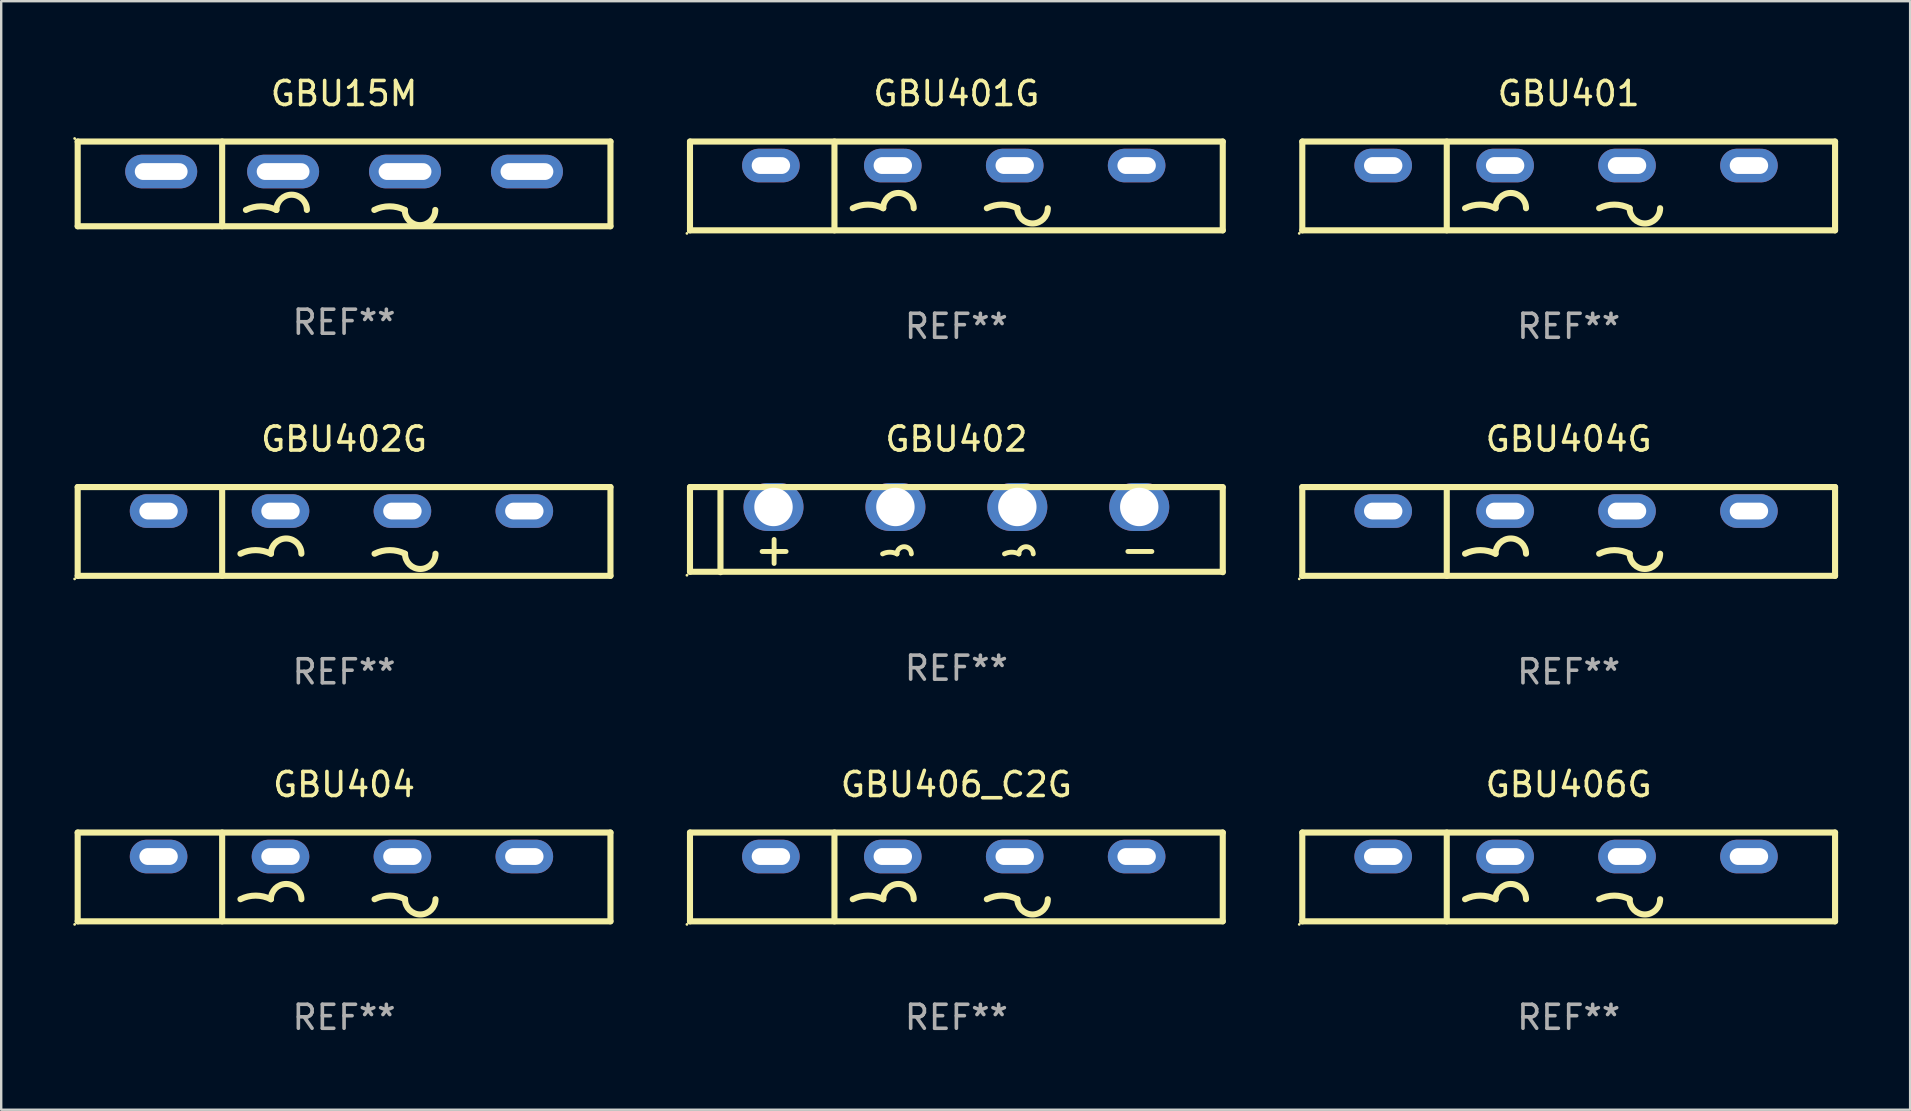
<source format=kicad_pcb>
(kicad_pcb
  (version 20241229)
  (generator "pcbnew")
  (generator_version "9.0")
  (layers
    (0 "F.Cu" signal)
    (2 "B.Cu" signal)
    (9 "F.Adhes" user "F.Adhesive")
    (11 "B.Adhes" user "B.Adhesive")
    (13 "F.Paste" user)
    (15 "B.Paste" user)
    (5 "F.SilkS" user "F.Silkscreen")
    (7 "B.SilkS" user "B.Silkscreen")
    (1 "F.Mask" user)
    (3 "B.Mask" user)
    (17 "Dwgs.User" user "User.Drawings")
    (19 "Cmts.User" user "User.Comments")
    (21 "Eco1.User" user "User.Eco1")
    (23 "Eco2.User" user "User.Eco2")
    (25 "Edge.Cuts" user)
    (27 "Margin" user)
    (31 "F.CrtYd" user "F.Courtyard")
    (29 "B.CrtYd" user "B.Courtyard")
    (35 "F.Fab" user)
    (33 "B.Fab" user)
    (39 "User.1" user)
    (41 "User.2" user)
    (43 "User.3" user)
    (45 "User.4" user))
  (footprint "GBU404G"
    (layer "F.Cu")
    (at 62.315 19.095)
    (property "Reference" "GBU404G" (at 0 -3.85 0) (layer "F.SilkS") (effects (font (size 1 1) (thickness 0.15))))
    (attr through_hole)
    (fp_line (start -11.1 -1.85) (end 11.1 -1.85) (stroke (width 0.254) (type solid)) (layer "F.SilkS"))
    (fp_line (start -11.1 1.85) (end -11.1 -1.85) (stroke (width 0.254) (type solid)) (layer "F.SilkS"))
    (fp_line (start -5.08 -1.85) (end -5.08 1.85) (stroke (width 0.254) (type solid)) (layer "F.SilkS"))
    (fp_line (start 11.1 -1.85) (end 11.1 1.85) (stroke (width 0.254) (type solid)) (layer "F.SilkS"))
    (fp_line (start 11.1 1.85) (end -11.1 1.85) (stroke (width 0.254) (type solid)) (layer "F.SilkS"))
    (fp_arc (start -4.318009 0.927991) (mid -3.683008 0.778087) (end -3.048007 0.92799) (stroke (width 0.254001) (type solid)) (layer "F.SilkS"))
    (fp_arc (start -3.048006 0.927991) (mid -2.413005 0.29299) (end -1.778004 0.927991) (stroke (width 0.254001) (type solid)) (layer "F.SilkS"))
    (fp_arc (start 1.270003 0.927991) (mid 1.905004 0.778088) (end 2.540005 0.927991) (stroke (width 0.254001) (type solid)) (layer "F.SilkS"))
    (fp_arc (start 3.810008 0.927991) (mid 3.175006 1.562993) (end 2.540004 0.927991) (stroke (width 0.254001) (type solid)) (layer "F.SilkS"))
    (fp_circle (center -11.227 1.977) (end -11.197 1.977) (stroke (width 0.06) (type solid)) (fill no) (layer "F.SilkS"))
    (fp_text user "+" (at -8.549 0.85 0) (layer "B.Mask") (effects (font (size 1 1) (thickness 0.15))))
    (fp_text user "-" (at 6.751 0.85 0) (layer "B.Mask") (effects (font (size 1 1) (thickness 0.15))))
    (fp_text user "REF**" (at 0 5.85 0) (layer "F.Fab") (effects (font (size 1 1) (thickness 0.15))))
    (pad "1" thru_hole oval (at -7.729 -0.85 180) (size 2.4 1.4) (drill oval 1.6 0.7) (layers "*.Cu" "*.Mask"))
    (pad "2" thru_hole oval (at -2.649 -0.85 180) (size 2.4 1.4) (drill oval 1.6 0.7) (layers "*.Cu" "*.Mask"))
    (pad "3" thru_hole oval (at 2.431 -0.85 180) (size 2.4 1.4) (drill oval 1.6 0.7) (layers "*.Cu" "*.Mask"))
    (pad "4" thru_hole oval (at 7.511 -0.85 180) (size 2.4 1.4) (drill oval 1.6 0.7) (layers "*.Cu" "*.Mask")))
  (footprint "GBU15M"
    (layer "F.Cu")
    (at 11.287 4.613)
    (property "Reference" "GBU15M" (at 0 -3.765 0) (layer "F.SilkS") (effects (font (size 1 1) (thickness 0.15))))
    (attr through_hole)
    (fp_line (start -11.1 -1.765) (end 11.1 -1.765) (stroke (width 0.254) (type solid)) (layer "F.SilkS"))
    (fp_line (start -11.1 1.765) (end -11.1 -1.765) (stroke (width 0.254) (type solid)) (layer "F.SilkS"))
    (fp_line (start -5.08 -1.765) (end -5.08 1.765) (stroke (width 0.254) (type solid)) (layer "F.SilkS"))
    (fp_line (start 11.1 -1.765) (end 11.1 1.765) (stroke (width 0.254) (type solid)) (layer "F.SilkS"))
    (fp_line (start 11.1 1.765) (end -11.1 1.765) (stroke (width 0.254) (type solid)) (layer "F.SilkS"))
    (fp_arc (start -4.089992 1.084963) (mid -3.454991 0.93506) (end -2.819989 1.084963) (stroke (width 0.254001) (type solid)) (layer "F.SilkS"))
    (fp_arc (start -2.819991 1.084963) (mid -2.184989 0.449961) (end -1.549987 1.084963) (stroke (width 0.254001) (type solid)) (layer "F.SilkS"))
    (fp_arc (start 1.259995 1.084963) (mid 1.894996 0.93506) (end 2.529998 1.084963) (stroke (width 0.254001) (type solid)) (layer "F.SilkS"))
    (fp_arc (start 3.8 1.084963) (mid 3.164999 1.719964) (end 2.529998 1.084963) (stroke (width 0.254001) (type solid)) (layer "F.SilkS"))
    (fp_circle (center -11.227 -1.892) (end -11.197 -1.892) (stroke (width 0.06) (type solid)) (fill no) (layer "F.SilkS"))
    (fp_text user "-" (at 8.65 3.335 0) (layer "B.Mask") (effects (font (size 1 1) (thickness 0.15))))
    (fp_text user "+" (at -7 3.085 0) (layer "B.Mask") (effects (font (size 1 1) (thickness 0.15))))
    (fp_text user "REF**" (at 0 5.765 0) (layer "F.Fab") (effects (font (size 1 1) (thickness 0.15))))
    (pad "1" thru_hole oval (at -7.62 -0.515 180) (size 3 1.4) (drill oval 2.2 0.7) (layers "*.Cu" "*.Mask"))
    (pad "2" thru_hole oval (at -2.54 -0.515 180) (size 3 1.4) (drill oval 2.2 0.7) (layers "*.Cu" "*.Mask"))
    (pad "3" thru_hole oval (at 2.54 -0.515 180) (size 3 1.4) (drill oval 2.2 0.7) (layers "*.Cu" "*.Mask"))
    (pad "4" thru_hole oval (at 7.62 -0.515 180) (size 3 1.4) (drill oval 2.2 0.7) (layers "*.Cu" "*.Mask")))
  (footprint "GBU401G"
    (layer "F.Cu")
    (at 36.801 4.698)
    (property "Reference" "GBU401G" (at 0 -3.85 0) (layer "F.SilkS") (effects (font (size 1 1) (thickness 0.15))))
    (attr through_hole)
    (fp_line (start -11.1 -1.85) (end 11.1 -1.85) (stroke (width 0.254) (type solid)) (layer "F.SilkS"))
    (fp_line (start -11.1 1.85) (end -11.1 -1.85) (stroke (width 0.254) (type solid)) (layer "F.SilkS"))
    (fp_line (start -5.08 -1.85) (end -5.08 1.85) (stroke (width 0.254) (type solid)) (layer "F.SilkS"))
    (fp_line (start 11.1 -1.85) (end 11.1 1.85) (stroke (width 0.254) (type solid)) (layer "F.SilkS"))
    (fp_line (start 11.1 1.85) (end -11.1 1.85) (stroke (width 0.254) (type solid)) (layer "F.SilkS"))
    (fp_arc (start -4.318009 0.927991) (mid -3.683008 0.778087) (end -3.048007 0.92799) (stroke (width 0.254001) (type solid)) (layer "F.SilkS"))
    (fp_arc (start -3.048006 0.927991) (mid -2.413005 0.29299) (end -1.778004 0.927991) (stroke (width 0.254001) (type solid)) (layer "F.SilkS"))
    (fp_arc (start 1.270003 0.927991) (mid 1.905004 0.778088) (end 2.540005 0.927991) (stroke (width 0.254001) (type solid)) (layer "F.SilkS"))
    (fp_arc (start 3.810008 0.927991) (mid 3.175006 1.562993) (end 2.540004 0.927991) (stroke (width 0.254001) (type solid)) (layer "F.SilkS"))
    (fp_circle (center -11.227 1.977) (end -11.197 1.977) (stroke (width 0.06) (type solid)) (fill no) (layer "F.SilkS"))
    (fp_text user "+" (at -8.549 0.85 0) (layer "B.Mask") (effects (font (size 1 1) (thickness 0.15))))
    (fp_text user "-" (at 6.751 0.85 0) (layer "B.Mask") (effects (font (size 1 1) (thickness 0.15))))
    (fp_text user "REF**" (at 0 5.85 0) (layer "F.Fab") (effects (font (size 1 1) (thickness 0.15))))
    (pad "1" thru_hole oval (at -7.729 -0.85 180) (size 2.4 1.4) (drill oval 1.6 0.7) (layers "*.Cu" "*.Mask"))
    (pad "2" thru_hole oval (at -2.649 -0.85 180) (size 2.4 1.4) (drill oval 1.6 0.7) (layers "*.Cu" "*.Mask"))
    (pad "3" thru_hole oval (at 2.431 -0.85 180) (size 2.4 1.4) (drill oval 1.6 0.7) (layers "*.Cu" "*.Mask"))
    (pad "4" thru_hole oval (at 7.511 -0.85 180) (size 2.4 1.4) (drill oval 1.6 0.7) (layers "*.Cu" "*.Mask")))
  (footprint "GBU402"
    (layer "F.Cu")
    (at 36.801 19.019)
    (property "Reference" "GBU402" (at 0 -3.774 0) (layer "F.SilkS") (effects (font (size 1 1) (thickness 0.15))))
    (attr through_hole)
    (fp_line (start -11.1 -1.774) (end -11.1 1.756) (stroke (width 0.254) (type solid)) (layer "F.SilkS"))
    (fp_line (start -11.1 1.756) (end 11.1 1.756) (stroke (width 0.254) (type solid)) (layer "F.SilkS"))
    (fp_line (start -9.83 -1.757) (end -9.83 1.773) (stroke (width 0.254) (type solid)) (layer "F.SilkS"))
    (fp_line (start -8.095 0.91) (end -7.095 0.91) (stroke (width 0.203) (type solid)) (layer "F.SilkS"))
    (fp_line (start -7.595 0.41) (end -7.595 1.41) (stroke (width 0.203) (type solid)) (layer "F.SilkS"))
    (fp_line (start 7.146 0.91) (end 8.146 0.91) (stroke (width 0.203) (type solid)) (layer "F.SilkS"))
    (fp_line (start 11.1 -1.774) (end -11.1 -1.774) (stroke (width 0.254) (type solid)) (layer "F.SilkS"))
    (fp_line (start 11.1 1.774) (end 11.1 -1.756) (stroke (width 0.254) (type solid)) (layer "F.SilkS"))
    (fp_arc (start -3.074702 1.011011) (mid -2.774981 0.940286) (end -2.47526 1.011011) (stroke (width 0.2032) (type solid)) (layer "F.SilkS"))
    (fp_arc (start -2.475261 1.01101) (mid -2.17554 0.711569) (end -1.875819 1.011011) (stroke (width 0.2032) (type solid)) (layer "F.SilkS"))
    (fp_arc (start 2.005309 1.011011) (mid 2.30503 0.940286) (end 2.60475 1.011012) (stroke (width 0.2032) (type solid)) (layer "F.SilkS"))
    (fp_arc (start 2.604749 1.01101) (mid 2.90447 0.711569) (end 3.204191 1.011011) (stroke (width 0.2032) (type solid)) (layer "F.SilkS"))
    (fp_circle (center -11.227 1.901) (end -11.197 1.901) (stroke (width 0.06) (type solid)) (fill no) (layer "F.SilkS"))
    (fp_text user "REF**" (at 0 5.774 0) (layer "F.Fab") (effects (font (size 1 1) (thickness 0.15))))
    (pad "1" thru_hole oval (at -7.62 -0.944 180) (size 2.5 2) (drill 1.6) (layers "*.Cu" "*.Mask"))
    (pad "2" thru_hole oval (at -2.54 -0.944 180) (size 2.5 2) (drill 1.6) (layers "*.Cu" "*.Mask"))
    (pad "3" thru_hole oval (at 2.54 -0.944 180) (size 2.5 2) (drill 1.6) (layers "*.Cu" "*.Mask"))
    (pad "4" thru_hole oval (at 7.62 -0.944 180) (size 2.5 2) (drill 1.6) (layers "*.Cu" "*.Mask")))
  (footprint "GBU406G"
    (layer "F.Cu")
    (at 62.315 33.491)
    (property "Reference" "GBU406G" (at 0 -3.85 0) (layer "F.SilkS") (effects (font (size 1 1) (thickness 0.15))))
    (attr through_hole)
    (fp_line (start -11.1 -1.85) (end 11.1 -1.85) (stroke (width 0.254) (type solid)) (layer "F.SilkS"))
    (fp_line (start -11.1 1.85) (end -11.1 -1.85) (stroke (width 0.254) (type solid)) (layer "F.SilkS"))
    (fp_line (start -5.08 -1.85) (end -5.08 1.85) (stroke (width 0.254) (type solid)) (layer "F.SilkS"))
    (fp_line (start 11.1 -1.85) (end 11.1 1.85) (stroke (width 0.254) (type solid)) (layer "F.SilkS"))
    (fp_line (start 11.1 1.85) (end -11.1 1.85) (stroke (width 0.254) (type solid)) (layer "F.SilkS"))
    (fp_arc (start -4.318009 0.927991) (mid -3.683008 0.778087) (end -3.048007 0.92799) (stroke (width 0.254001) (type solid)) (layer "F.SilkS"))
    (fp_arc (start -3.048006 0.927991) (mid -2.413005 0.29299) (end -1.778004 0.927991) (stroke (width 0.254001) (type solid)) (layer "F.SilkS"))
    (fp_arc (start 1.270003 0.927991) (mid 1.905004 0.778088) (end 2.540005 0.927991) (stroke (width 0.254001) (type solid)) (layer "F.SilkS"))
    (fp_arc (start 3.810008 0.927991) (mid 3.175006 1.562993) (end 2.540004 0.927991) (stroke (width 0.254001) (type solid)) (layer "F.SilkS"))
    (fp_circle (center -11.227 1.977) (end -11.197 1.977) (stroke (width 0.06) (type solid)) (fill no) (layer "F.SilkS"))
    (fp_text user "-" (at 6.751 0.85 0) (layer "B.Mask") (effects (font (size 1 1) (thickness 0.15))))
    (fp_text user "+" (at -8.549 0.85 0) (layer "B.Mask") (effects (font (size 1 1) (thickness 0.15))))
    (fp_text user "REF**" (at 0 5.85 0) (layer "F.Fab") (effects (font (size 1 1) (thickness 0.15))))
    (pad "1" thru_hole oval (at -7.729 -0.85 180) (size 2.4 1.4) (drill oval 1.6 0.7) (layers "*.Cu" "*.Mask"))
    (pad "2" thru_hole oval (at -2.649 -0.85 180) (size 2.4 1.4) (drill oval 1.6 0.7) (layers "*.Cu" "*.Mask"))
    (pad "3" thru_hole oval (at 2.431 -0.85 180) (size 2.4 1.4) (drill oval 1.6 0.7) (layers "*.Cu" "*.Mask"))
    (pad "4" thru_hole oval (at 7.511 -0.85 180) (size 2.4 1.4) (drill oval 1.6 0.7) (layers "*.Cu" "*.Mask")))
  (footprint "GBU402G"
    (layer "F.Cu")
    (at 11.287 19.095)
    (property "Reference" "GBU402G" (at 0 -3.85 0) (layer "F.SilkS") (effects (font (size 1 1) (thickness 0.15))))
    (attr through_hole)
    (fp_line (start -11.1 -1.85) (end 11.1 -1.85) (stroke (width 0.254) (type solid)) (layer "F.SilkS"))
    (fp_line (start -11.1 1.85) (end -11.1 -1.85) (stroke (width 0.254) (type solid)) (layer "F.SilkS"))
    (fp_line (start -5.08 -1.85) (end -5.08 1.85) (stroke (width 0.254) (type solid)) (layer "F.SilkS"))
    (fp_line (start 11.1 -1.85) (end 11.1 1.85) (stroke (width 0.254) (type solid)) (layer "F.SilkS"))
    (fp_line (start 11.1 1.85) (end -11.1 1.85) (stroke (width 0.254) (type solid)) (layer "F.SilkS"))
    (fp_arc (start -4.318009 0.927991) (mid -3.683008 0.778087) (end -3.048007 0.92799) (stroke (width 0.254001) (type solid)) (layer "F.SilkS"))
    (fp_arc (start -3.048006 0.927991) (mid -2.413005 0.29299) (end -1.778004 0.927991) (stroke (width 0.254001) (type solid)) (layer "F.SilkS"))
    (fp_arc (start 1.270003 0.927991) (mid 1.905004 0.778088) (end 2.540005 0.927991) (stroke (width 0.254001) (type solid)) (layer "F.SilkS"))
    (fp_arc (start 3.810008 0.927991) (mid 3.175006 1.562993) (end 2.540004 0.927991) (stroke (width 0.254001) (type solid)) (layer "F.SilkS"))
    (fp_circle (center -11.227 1.977) (end -11.197 1.977) (stroke (width 0.06) (type solid)) (fill no) (layer "F.SilkS"))
    (fp_text user "-" (at 6.751 0.85 0) (layer "B.Mask") (effects (font (size 1 1) (thickness 0.15))))
    (fp_text user "+" (at -8.549 0.85 0) (layer "B.Mask") (effects (font (size 1 1) (thickness 0.15))))
    (fp_text user "REF**" (at 0 5.85 0) (layer "F.Fab") (effects (font (size 1 1) (thickness 0.15))))
    (pad "1" thru_hole oval (at -7.729 -0.85 180) (size 2.4 1.4) (drill oval 1.6 0.7) (layers "*.Cu" "*.Mask"))
    (pad "2" thru_hole oval (at -2.649 -0.85 180) (size 2.4 1.4) (drill oval 1.6 0.7) (layers "*.Cu" "*.Mask"))
    (pad "3" thru_hole oval (at 2.431 -0.85 180) (size 2.4 1.4) (drill oval 1.6 0.7) (layers "*.Cu" "*.Mask"))
    (pad "4" thru_hole oval (at 7.511 -0.85 180) (size 2.4 1.4) (drill oval 1.6 0.7) (layers "*.Cu" "*.Mask")))
  (footprint "GBU406_C2G"
    (layer "F.Cu")
    (at 36.801 33.491)
    (property "Reference" "GBU406_C2G" (at 0 -3.85 0) (layer "F.SilkS") (effects (font (size 1 1) (thickness 0.15))))
    (attr through_hole)
    (fp_line (start -11.1 -1.85) (end 11.1 -1.85) (stroke (width 0.254) (type solid)) (layer "F.SilkS"))
    (fp_line (start -11.1 1.85) (end -11.1 -1.85) (stroke (width 0.254) (type solid)) (layer "F.SilkS"))
    (fp_line (start -5.08 -1.85) (end -5.08 1.85) (stroke (width 0.254) (type solid)) (layer "F.SilkS"))
    (fp_line (start 11.1 -1.85) (end 11.1 1.85) (stroke (width 0.254) (type solid)) (layer "F.SilkS"))
    (fp_line (start 11.1 1.85) (end -11.1 1.85) (stroke (width 0.254) (type solid)) (layer "F.SilkS"))
    (fp_arc (start -4.318009 0.927991) (mid -3.683008 0.778087) (end -3.048007 0.92799) (stroke (width 0.254001) (type solid)) (layer "F.SilkS"))
    (fp_arc (start -3.048006 0.927991) (mid -2.413005 0.29299) (end -1.778004 0.927991) (stroke (width 0.254001) (type solid)) (layer "F.SilkS"))
    (fp_arc (start 1.270003 0.927991) (mid 1.905004 0.778088) (end 2.540005 0.927991) (stroke (width 0.254001) (type solid)) (layer "F.SilkS"))
    (fp_arc (start 3.810008 0.927991) (mid 3.175006 1.562993) (end 2.540004 0.927991) (stroke (width 0.254001) (type solid)) (layer "F.SilkS"))
    (fp_circle (center -11.227 1.977) (end -11.197 1.977) (stroke (width 0.06) (type solid)) (fill no) (layer "F.SilkS"))
    (fp_text user "+" (at -8.549 0.85 0) (layer "B.Mask") (effects (font (size 1 1) (thickness 0.15))))
    (fp_text user "-" (at 6.751 0.85 0) (layer "B.Mask") (effects (font (size 1 1) (thickness 0.15))))
    (fp_text user "REF**" (at 0 5.85 0) (layer "F.Fab") (effects (font (size 1 1) (thickness 0.15))))
    (pad "1" thru_hole oval (at -7.729 -0.85 180) (size 2.4 1.4) (drill oval 1.6 0.7) (layers "*.Cu" "*.Mask"))
    (pad "2" thru_hole oval (at -2.649 -0.85 180) (size 2.4 1.4) (drill oval 1.6 0.7) (layers "*.Cu" "*.Mask"))
    (pad "3" thru_hole oval (at 2.431 -0.85 180) (size 2.4 1.4) (drill oval 1.6 0.7) (layers "*.Cu" "*.Mask"))
    (pad "4" thru_hole oval (at 7.511 -0.85 180) (size 2.4 1.4) (drill oval 1.6 0.7) (layers "*.Cu" "*.Mask")))
  (footprint "GBU404"
    (layer "F.Cu")
    (at 11.287 33.491)
    (property "Reference" "GBU404" (at 0 -3.85 0) (layer "F.SilkS") (effects (font (size 1 1) (thickness 0.15))))
    (attr through_hole)
    (fp_line (start -11.1 -1.85) (end 11.1 -1.85) (stroke (width 0.254) (type solid)) (layer "F.SilkS"))
    (fp_line (start -11.1 1.85) (end -11.1 -1.85) (stroke (width 0.254) (type solid)) (layer "F.SilkS"))
    (fp_line (start -5.08 -1.85) (end -5.08 1.85) (stroke (width 0.254) (type solid)) (layer "F.SilkS"))
    (fp_line (start 11.1 -1.85) (end 11.1 1.85) (stroke (width 0.254) (type solid)) (layer "F.SilkS"))
    (fp_line (start 11.1 1.85) (end -11.1 1.85) (stroke (width 0.254) (type solid)) (layer "F.SilkS"))
    (fp_arc (start -4.318009 0.927991) (mid -3.683008 0.778087) (end -3.048007 0.92799) (stroke (width 0.254001) (type solid)) (layer "F.SilkS"))
    (fp_arc (start -3.048006 0.927991) (mid -2.413005 0.29299) (end -1.778004 0.927991) (stroke (width 0.254001) (type solid)) (layer "F.SilkS"))
    (fp_arc (start 1.270003 0.927991) (mid 1.905004 0.778088) (end 2.540005 0.927991) (stroke (width 0.254001) (type solid)) (layer "F.SilkS"))
    (fp_arc (start 3.810008 0.927991) (mid 3.175006 1.562993) (end 2.540004 0.927991) (stroke (width 0.254001) (type solid)) (layer "F.SilkS"))
    (fp_circle (center -11.227 1.977) (end -11.197 1.977) (stroke (width 0.06) (type solid)) (fill no) (layer "F.SilkS"))
    (fp_text user "+" (at -8.549 0.85 0) (layer "B.Mask") (effects (font (size 1 1) (thickness 0.15))))
    (fp_text user "-" (at 6.751 0.85 0) (layer "B.Mask") (effects (font (size 1 1) (thickness 0.15))))
    (fp_text user "REF**" (at 0 5.85 0) (layer "F.Fab") (effects (font (size 1 1) (thickness 0.15))))
    (pad "1" thru_hole oval (at -7.729 -0.85 180) (size 2.4 1.4) (drill oval 1.6 0.7) (layers "*.Cu" "*.Mask"))
    (pad "2" thru_hole oval (at -2.649 -0.85 180) (size 2.4 1.4) (drill oval 1.6 0.7) (layers "*.Cu" "*.Mask"))
    (pad "3" thru_hole oval (at 2.431 -0.85 180) (size 2.4 1.4) (drill oval 1.6 0.7) (layers "*.Cu" "*.Mask"))
    (pad "4" thru_hole oval (at 7.511 -0.85 180) (size 2.4 1.4) (drill oval 1.6 0.7) (layers "*.Cu" "*.Mask")))
  (footprint "GBU401"
    (layer "F.Cu")
    (at 62.315 4.698)
    (property "Reference" "GBU401" (at 0 -3.85 0) (layer "F.SilkS") (effects (font (size 1 1) (thickness 0.15))))
    (attr through_hole)
    (fp_line (start -11.1 -1.85) (end 11.1 -1.85) (stroke (width 0.254) (type solid)) (layer "F.SilkS"))
    (fp_line (start -11.1 1.85) (end -11.1 -1.85) (stroke (width 0.254) (type solid)) (layer "F.SilkS"))
    (fp_line (start -5.08 -1.85) (end -5.08 1.85) (stroke (width 0.254) (type solid)) (layer "F.SilkS"))
    (fp_line (start 11.1 -1.85) (end 11.1 1.85) (stroke (width 0.254) (type solid)) (layer "F.SilkS"))
    (fp_line (start 11.1 1.85) (end -11.1 1.85) (stroke (width 0.254) (type solid)) (layer "F.SilkS"))
    (fp_arc (start -4.318009 0.927991) (mid -3.683008 0.778087) (end -3.048007 0.92799) (stroke (width 0.254001) (type solid)) (layer "F.SilkS"))
    (fp_arc (start -3.048006 0.927991) (mid -2.413005 0.29299) (end -1.778004 0.927991) (stroke (width 0.254001) (type solid)) (layer "F.SilkS"))
    (fp_arc (start 1.270003 0.927991) (mid 1.905004 0.778088) (end 2.540005 0.927991) (stroke (width 0.254001) (type solid)) (layer "F.SilkS"))
    (fp_arc (start 3.810008 0.927991) (mid 3.175006 1.562993) (end 2.540004 0.927991) (stroke (width 0.254001) (type solid)) (layer "F.SilkS"))
    (fp_circle (center -11.227 1.977) (end -11.197 1.977) (stroke (width 0.06) (type solid)) (fill no) (layer "F.SilkS"))
    (fp_text user "-" (at 6.751 0.85 0) (layer "B.Mask") (effects (font (size 1 1) (thickness 0.15))))
    (fp_text user "+" (at -8.549 0.85 0) (layer "B.Mask") (effects (font (size 1 1) (thickness 0.15))))
    (fp_text user "REF**" (at 0 5.85 0) (layer "F.Fab") (effects (font (size 1 1) (thickness 0.15))))
    (pad "1" thru_hole oval (at -7.729 -0.85 180) (size 2.4 1.4) (drill oval 1.6 0.7) (layers "*.Cu" "*.Mask"))
    (pad "2" thru_hole oval (at -2.649 -0.85 180) (size 2.4 1.4) (drill oval 1.6 0.7) (layers "*.Cu" "*.Mask"))
    (pad "3" thru_hole oval (at 2.431 -0.85 180) (size 2.4 1.4) (drill oval 1.6 0.7) (layers "*.Cu" "*.Mask"))
    (pad "4" thru_hole oval (at 7.511 -0.85 180) (size 2.4 1.4) (drill oval 1.6 0.7) (layers "*.Cu" "*.Mask")))
  (gr_rect
    (start -3 -3)
    (end 76.543 43.19)
    (stroke (width 0.1) (type default))
    (fill no)
    (layer "Edge.Cuts")))
</source>
